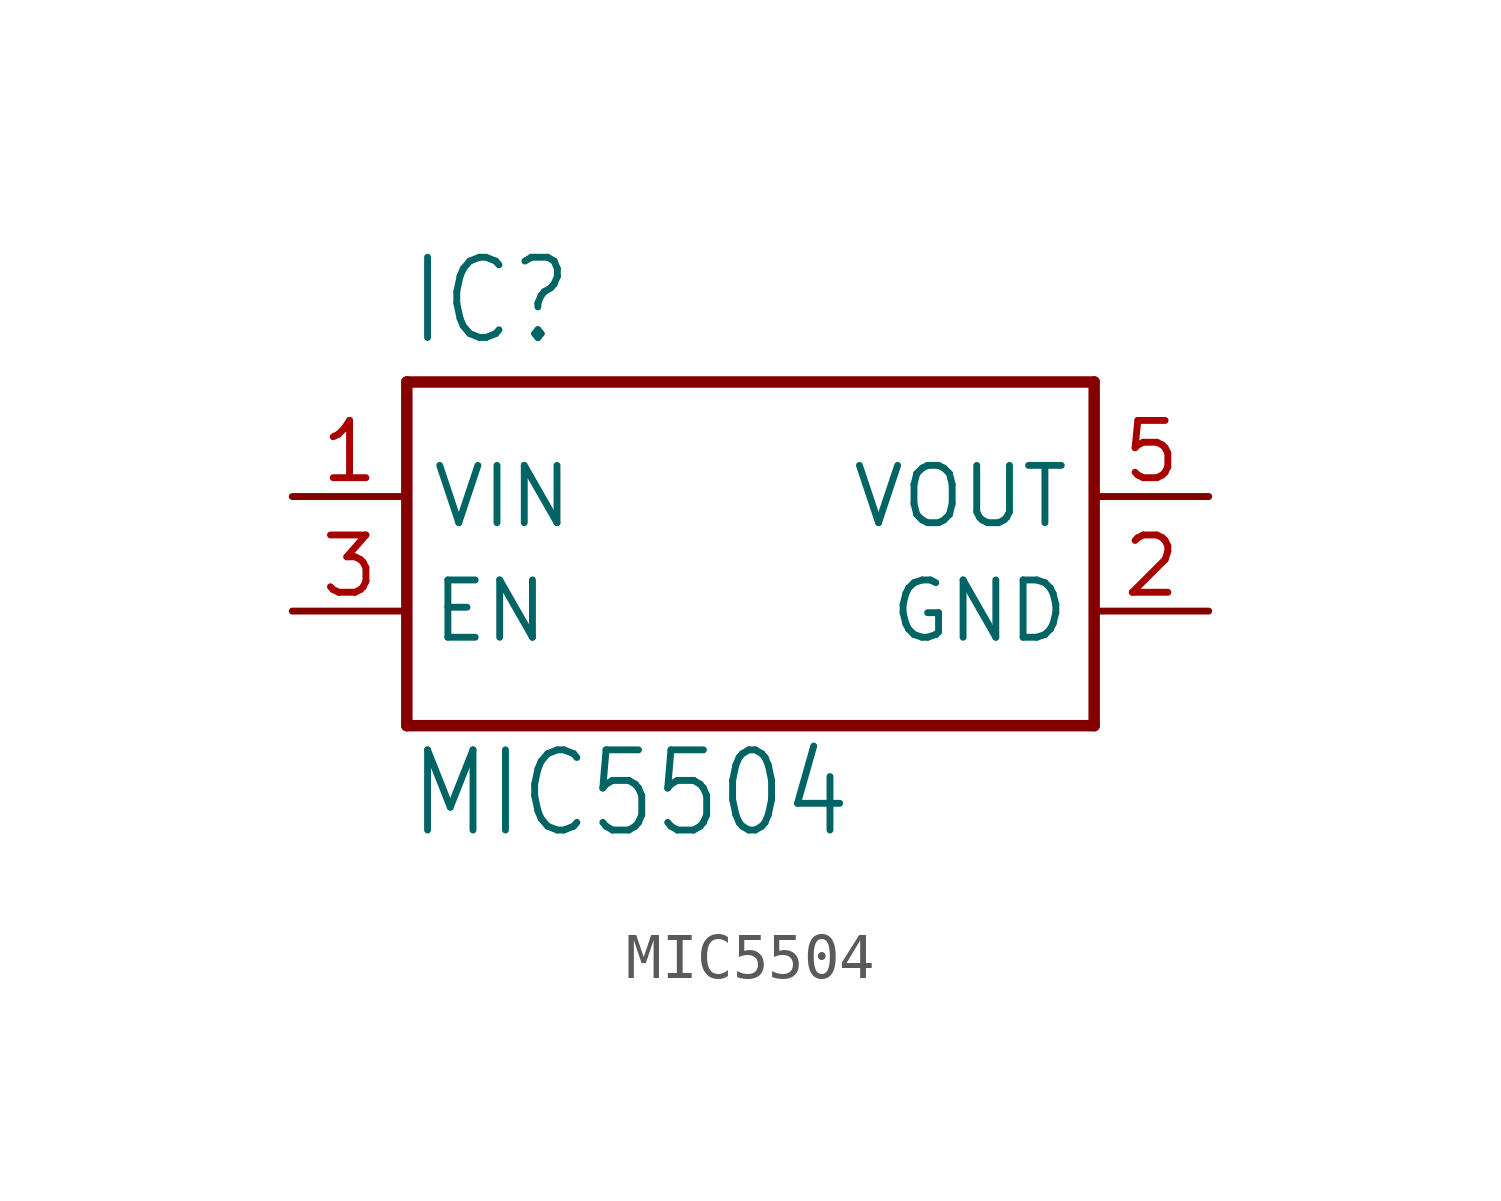
<source format=kicad_sym>
(kicad_symbol_lib
  (version 20211014)
  (generator kicad_symbol_editor)
  (symbol "MIC5504"
    (property "Reference" "IC"
      (at -7.62 3.302 0)
      (effects (font (size 1.778 1.511)) (justify left bottom)))
    (property "Value" "MIC5504"
      (at -7.62 -7.62 0)
      (effects (font (size 1.778 1.511)) (justify left bottom)))
    (property "ki_locked" ""
      (at 0 0 0)
      (effects (font (size 1.27 1.27))))
    (symbol "MIC5504_1_0"
      (polyline (pts (xy -7.62 -5.08) (xy -7.62 2.54)) (stroke (width 0.254) (type default) (color 0 0 0 0)) (fill (type none)))
      (polyline (pts (xy -7.62 2.54) (xy 7.62 2.54)) (stroke (width 0.254) (type default) (color 0 0 0 0)) (fill (type none)))
      (polyline (pts (xy 7.62 -5.08) (xy -7.62 -5.08)) (stroke (width 0.254) (type default) (color 0 0 0 0)) (fill (type none)))
      (polyline (pts (xy 7.62 2.54) (xy 7.62 -5.08)) (stroke (width 0.254) (type default) (color 0 0 0 0)) (fill (type none)))
      (pin bidirectional line (at -10.16 0 0) (length 2.54) (name "VIN" (effects (font (size 1.27 1.27)))) (number "1" (effects (font (size 1.27 1.27)))))
      (pin bidirectional line (at 10.16 -2.54 180) (length 2.54) (name "GND" (effects (font (size 1.27 1.27)))) (number "2" (effects (font (size 1.27 1.27)))))
      (pin bidirectional line (at -10.16 -2.54 0) (length 2.54) (name "EN" (effects (font (size 1.27 1.27)))) (number "3" (effects (font (size 1.27 1.27)))))
      (pin bidirectional line (at 10.16 0 180) (length 2.54) (name "VOUT" (effects (font (size 1.27 1.27)))) (number "5" (effects (font (size 1.27 1.27))))))))
</source>
